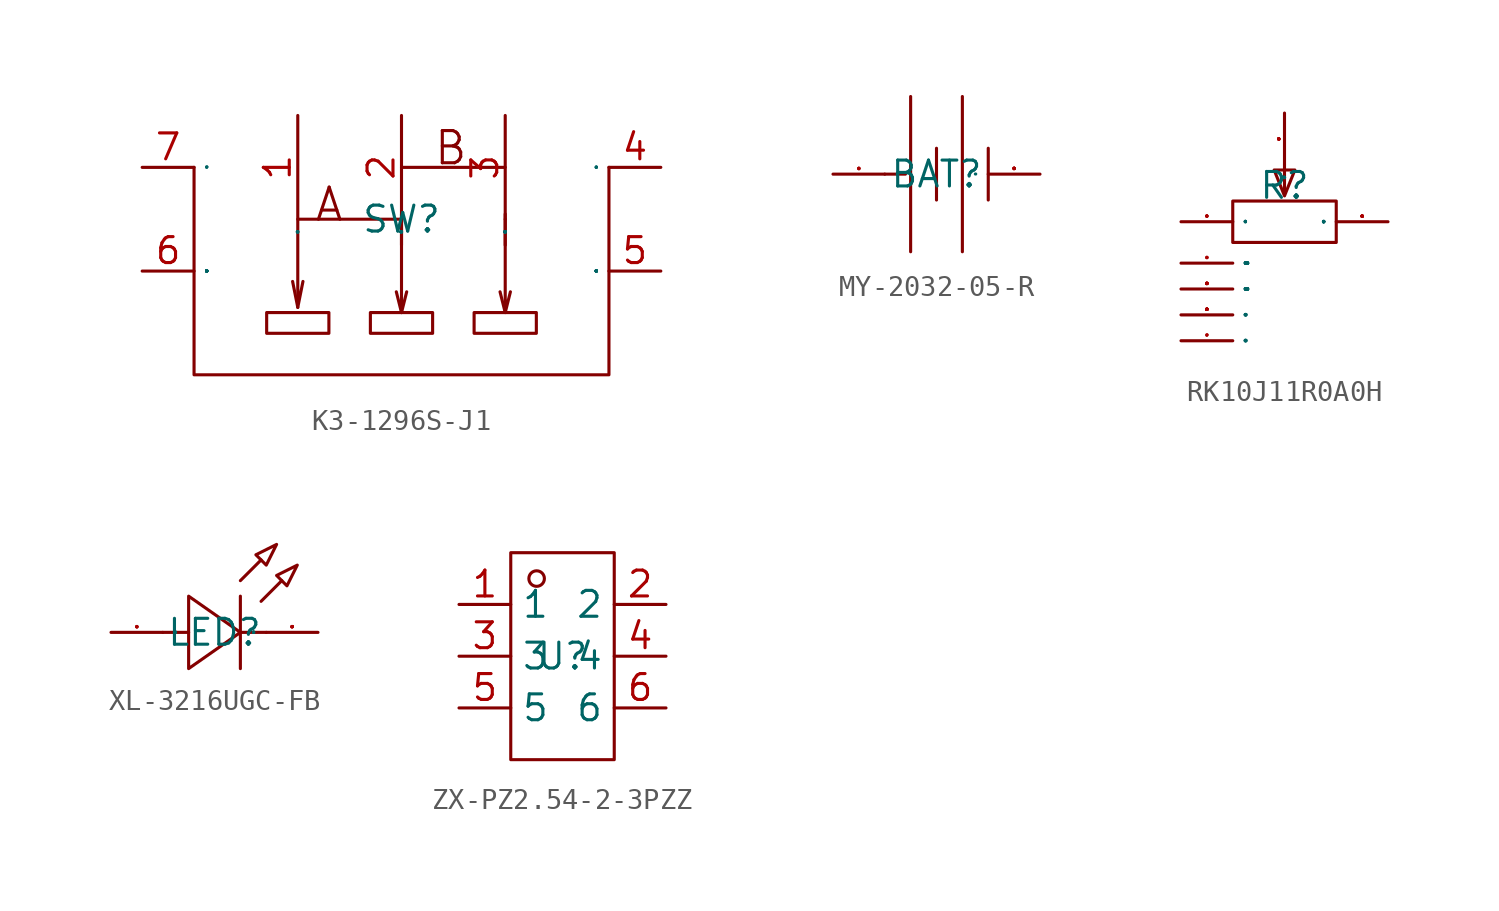
<source format=kicad_sym>
(kicad_symbol_lib
  (version 20231120)
  (generator "kicad_symbol_editor")
  (generator_version "8.0")
  (symbol "K3-1296S-J1"
    (property "Reference" "SW"
      (at 0 0 0)
      (effects (font (size 1.27 1.27))))
    (property "Value" ""
      (at 0 0 0)
      (effects (font (size 1.27 1.27))))
    (symbol "K3-1296S-J1_1_0"
      (rectangle (start -6.604 -5.588) (end -3.556 -4.572) (stroke (width 0) (type default)) (fill (type none)))
      (rectangle (start -1.524 -5.588) (end 1.524 -4.572) (stroke (width 0) (type default)) (fill (type none)))
      (polyline (pts (xy -5.08 -4.318) (xy -5.334 -3.048)) (stroke (width 0) (type default)) (fill (type none)))
      (polyline (pts (xy 0 -4.572) (xy -0.254 -3.556)) (stroke (width 0) (type default)) (fill (type none)))
      (polyline (pts (xy 0 -4.572) (xy 0 0)) (stroke (width 0) (type default)) (fill (type none)))
      (polyline (pts (xy 0 -4.572) (xy 0.254 -3.556)) (stroke (width 0) (type default)) (fill (type none)))
      (polyline (pts (xy 0 -1.27) (xy 0 0.254)) (stroke (width 0) (type default)) (fill (type none)))
      (polyline (pts (xy 0 2.54) (xy 5.08 2.54)) (stroke (width 0) (type default)) (fill (type none)))
      (polyline (pts (xy 5.08 -4.572) (xy 4.826 -3.556)) (stroke (width 0) (type default)) (fill (type none)))
      (polyline (pts (xy 5.08 0.254) (xy 5.08 -1.27)) (stroke (width 0) (type default)) (fill (type none)))
      (polyline (pts (xy 5.08 0) (xy 5.08 -4.572) (xy 5.08 -4.572) (xy 5.334 -3.556)) (stroke (width 0) (type default)) (fill (type none)))
      (polyline (pts (xy -10.16 2.54) (xy -10.16 -7.62) (xy -10.16 -7.62) (xy 10.16 -7.62) (xy 10.16 -7.62) (xy 10.16 2.54)) (stroke (width 0) (type default)) (fill (type none)))
      (polyline (pts (xy 0 0) (xy -5.08 0) (xy -5.08 0) (xy -5.08 -4.318) (xy -5.08 -4.318) (xy -4.826 -3.048)) (stroke (width 0) (type default)) (fill (type none)))
      (rectangle (start 3.556 -5.588) (end 6.604 -4.572) (stroke (width 0) (type default)) (fill (type none)))
      (text "A" (at -4.318 -0.203 0) (effects (font (size 1.575 1.575)) (justify left bottom)))
      (text "B" (at 1.524 2.565 0) (effects (font (size 1.575 1.575)) (justify left bottom)))
      (pin unspecified line (at -5.08 5.08 270) (length 5.08) (name "1" (effects (font (size 0.025 0.025)))) (number "1" (effects (font (size 1.27 1.27)))))
      (pin unspecified line (at 0 5.08 270) (length 5.08) (name "2" (effects (font (size 0.025 0.025)))) (number "2" (effects (font (size 1.27 1.27)))))
      (pin unspecified line (at 5.08 5.08 270) (length 5.08) (name "3" (effects (font (size 0.025 0.025)))) (number "3" (effects (font (size 1.27 1.27)))))
      (pin unspecified line (at 12.7 2.54 180) (length 2.54) (name "4" (effects (font (size 0.025 0.025)))) (number "4" (effects (font (size 1.27 1.27)))))
      (pin unspecified line (at 12.7 -2.54 180) (length 2.54) (name "5" (effects (font (size 0.025 0.025)))) (number "5" (effects (font (size 1.27 1.27)))))
      (pin unspecified line (at -12.7 -2.54 0) (length 2.54) (name "6" (effects (font (size 0.025 0.025)))) (number "6" (effects (font (size 1.27 1.27)))))
      (pin unspecified line (at -12.7 2.54 0) (length 2.54) (name "7" (effects (font (size 0.025 0.025)))) (number "7" (effects (font (size 1.27 1.27)))))))
  (symbol "MY-2032-05-R"
    (property "Reference" "BAT"
      (at 0 0 0)
      (effects (font (size 1.27 1.27))))
    (property "Value" ""
      (at 0 0 0)
      (effects (font (size 1.27 1.27))))
    (symbol "MY-2032-05-R_1_0"
      (polyline (pts (xy -2.54 0) (xy -1.524 0)) (stroke (width 0) (type default)) (fill (type none)))
      (polyline (pts (xy -1.27 3.81) (xy -1.27 -3.81)) (stroke (width 0) (type default)) (fill (type none)))
      (polyline (pts (xy 0 1.27) (xy 0 -1.27)) (stroke (width 0) (type default)) (fill (type none)))
      (polyline (pts (xy 1.27 3.81) (xy 1.27 -3.81)) (stroke (width 0) (type default)) (fill (type none)))
      (polyline (pts (xy 2.54 1.27) (xy 2.54 -1.27)) (stroke (width 0) (type default)) (fill (type none)))
      (pin unspecified line (at -5.08 0 0) (length 2.54) (name "+" (effects (font (size 0.025 0.025)))) (number "1" (effects (font (size 0.025 0.025)))))
      (pin unspecified line (at 5.08 0 180) (length 2.54) (name "-" (effects (font (size 0.025 0.025)))) (number "2" (effects (font (size 0.025 0.025)))))))
  (symbol "RK10J11R0A0H"
    (property "Reference" "R"
      (at 0 0 0)
      (effects (font (size 1.27 1.27))))
    (symbol "RK10J11R0A0H_1_0"
      (rectangle (start -2.54 -2.794) (end 2.54 -0.762) (stroke (width 0) (type default)) (fill (type none)))
      (polyline (pts (xy 0 -0.254) (xy 0 1.016)) (stroke (width 0) (type default)) (fill (type none)))
      (polyline (pts (xy 0.508 0.762) (xy 0 -0.508) (xy 0 -0.508) (xy -0.508 0.762) (xy -0.508 0.762) (xy 0.508 0.762)) (stroke (width 0) (type default)) (fill (type none)))
      (pin input line (at -5.08 -1.778 0) (length 2.54) (name "1" (effects (font (size 0.025 0.025)))) (number "1" (effects (font (size 0.025 0.025)))))
      (pin input line (at 0 3.556 270) (length 2.54) (name "2" (effects (font (size 0.025 0.025)))) (number "2" (effects (font (size 0.025 0.025)))))
      (pin input line (at 5.08 -1.778 180) (length 2.54) (name "3" (effects (font (size 0.025 0.025)))) (number "3" (effects (font (size 0.025 0.025)))))
      (pin input line (at -5.08 -3.81 0) (length 2.54) (name "Dummy" (effects (font (size 0.025 0.025)))) (number "4" (effects (font (size 0.025 0.025)))))
      (pin input line (at -5.08 -5.08 0) (length 2.54) (name "Dummy" (effects (font (size 0.025 0.025)))) (number "5" (effects (font (size 0.025 0.025)))))
      (pin input line (at -5.08 -6.35 0) (length 2.54) (name "EH" (effects (font (size 0.025 0.025)))) (number "6" (effects (font (size 0.025 0.025)))))
      (pin input line (at -5.08 -7.62 0) (length 2.54) (name "EH" (effects (font (size 0.025 0.025)))) (number "7" (effects (font (size 0.025 0.025)))))))
  (symbol "XL-3216UGC-FB"
    (property "Reference" "LED"
      (at 0 0 0)
      (effects (font (size 1.27 1.27))))
    (property "Value" ""
      (at 0 0 0)
      (effects (font (size 1.27 1.27))))
    (symbol "XL-3216UGC-FB_1_0"
      (polyline (pts (xy -2.54 0) (xy -1.27 0)) (stroke (width 0) (type default)) (fill (type none)))
      (polyline (pts (xy 1.27 0) (xy 2.54 0)) (stroke (width 0) (type default)) (fill (type none)))
      (polyline (pts (xy 1.27 1.778) (xy 1.27 -1.778)) (stroke (width 0) (type default)) (fill (type none)))
      (polyline (pts (xy 1.27 2.54) (xy 2.286 3.556)) (stroke (width 0) (type default)) (fill (type none)))
      (polyline (pts (xy 2.286 1.524) (xy 3.302 2.54)) (stroke (width 0) (type default)) (fill (type none)))
      (polyline (pts (xy -1.27 1.778) (xy 1.27 0) (xy 1.27 0) (xy -1.27 -1.778) (xy -1.27 -1.778) (xy -1.27 1.778)) (stroke (width 0) (type default)) (fill (type none)))
      (polyline (pts (xy 3.048 4.318) (xy 2.032 3.81) (xy 2.032 3.81) (xy 2.54 3.302) (xy 2.54 3.302) (xy 3.048 4.318)) (stroke (width 0) (type default)) (fill (type none)))
      (polyline (pts (xy 4.064 3.302) (xy 3.048 2.794) (xy 3.048 2.794) (xy 3.556 2.286) (xy 3.556 2.286) (xy 4.064 3.302)) (stroke (width 0) (type default)) (fill (type none)))
      (pin unspecified line (at -5.08 0 0) (length 2.54) (name "A" (effects (font (size 0.025 0.025)))) (number "1" (effects (font (size 0.025 0.025)))))
      (pin unspecified line (at 5.08 0 180) (length 2.54) (name "K" (effects (font (size 0.025 0.025)))) (number "2" (effects (font (size 0.025 0.025)))))))
  (symbol "ZX-PZ2.54-2-3PZZ"
    (property "Reference" "U"
      (at 0 0 0)
      (effects (font (size 1.27 1.27))))
    (property "Value" ""
      (at 0 0 0)
      (effects (font (size 1.27 1.27))))
    (symbol "ZX-PZ2.54-2-3PZZ_1_0"
      (rectangle (start -2.54 -5.08) (end 2.54 5.08) (stroke (width 0) (type default)) (fill (type none)))
      (circle (center -1.27 3.81) (radius 0.381) (stroke (width 0) (type default)) (fill (type none)))
      (pin unspecified line (at -5.08 2.54 0) (length 2.54) (name "1" (effects (font (size 1.27 1.27)))) (number "1" (effects (font (size 1.27 1.27)))))
      (pin unspecified line (at 5.08 2.54 180) (length 2.54) (name "2" (effects (font (size 1.27 1.27)))) (number "2" (effects (font (size 1.27 1.27)))))
      (pin unspecified line (at -5.08 0 0) (length 2.54) (name "3" (effects (font (size 1.27 1.27)))) (number "3" (effects (font (size 1.27 1.27)))))
      (pin unspecified line (at 5.08 0 180) (length 2.54) (name "4" (effects (font (size 1.27 1.27)))) (number "4" (effects (font (size 1.27 1.27)))))
      (pin unspecified line (at -5.08 -2.54 0) (length 2.54) (name "5" (effects (font (size 1.27 1.27)))) (number "5" (effects (font (size 1.27 1.27)))))
      (pin unspecified line (at 5.08 -2.54 180) (length 2.54) (name "6" (effects (font (size 1.27 1.27)))) (number "6" (effects (font (size 1.27 1.27))))))))
</source>
